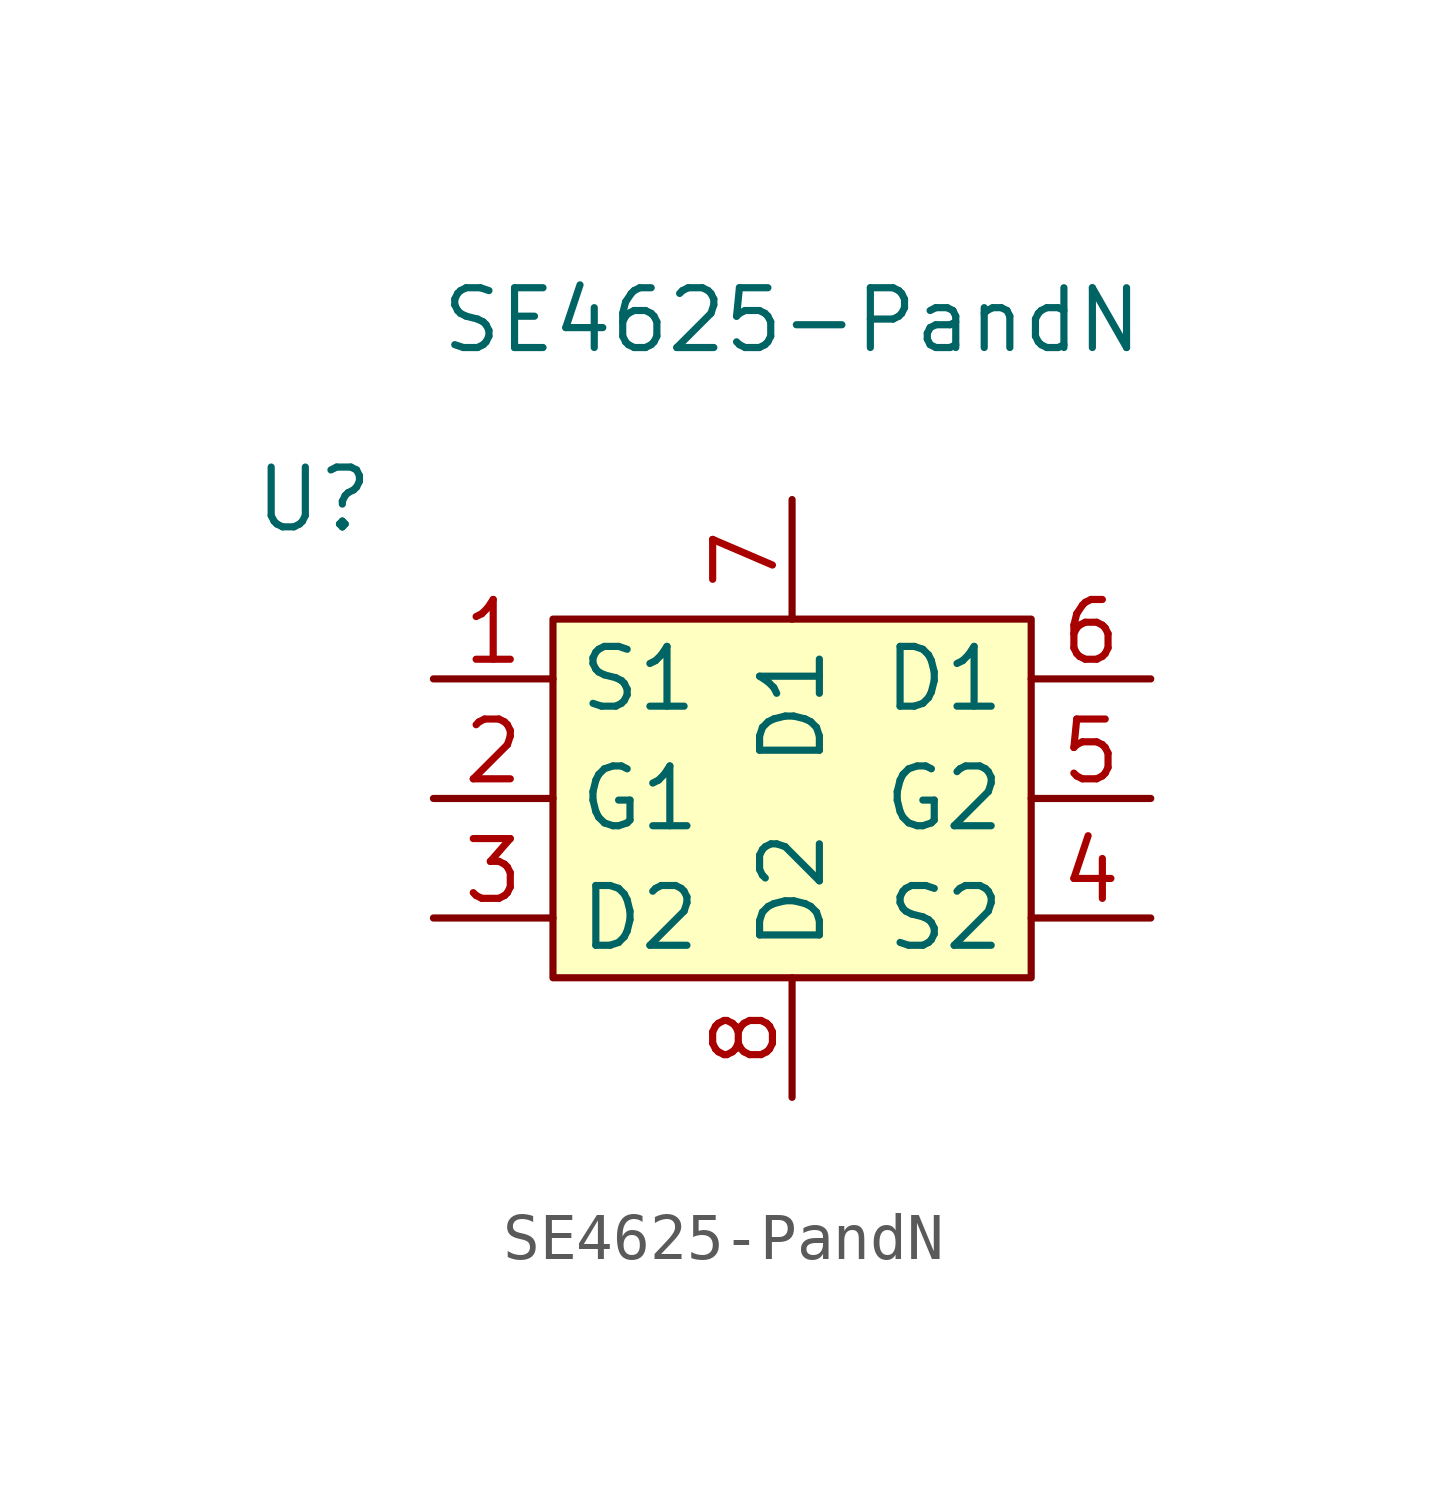
<source format=kicad_sym>
(kicad_symbol_lib
  (version 20211014)
  (generator kicad_symbol_editor)
  (symbol "SE4625-PandN"
    (property "Reference" "U"
      (at -10.16 6.35 0)
      (effects (font (size 1.27 1.27))))
    (property "Value" "SE4625-PandN"
      (at 0 10.16 0)
      (effects (font (size 1.27 1.27))))
    (symbol "SE4625-PandN_0_1"
      (rectangle (start -5.08 3.81) (end 5.08 -3.81) (stroke (width 0.152) (type default) (color 0 0 0 0)) (fill (type background))))
    (symbol "SE4625-PandN_1_1"
      (pin bidirectional line (at -7.62 2.54 0) (length 2.54) (name "S1" (effects (font (size 1.27 1.27)))) (number "1" (effects (font (size 1.27 1.27)))))
      (pin bidirectional line (at -7.62 0 0) (length 2.54) (name "G1" (effects (font (size 1.27 1.27)))) (number "2" (effects (font (size 1.27 1.27)))))
      (pin bidirectional line (at -7.62 -2.54 0) (length 2.54) (name "D2" (effects (font (size 1.27 1.27)))) (number "3" (effects (font (size 1.27 1.27)))))
      (pin bidirectional line (at 7.62 -2.54 180) (length 2.54) (name "S2" (effects (font (size 1.27 1.27)))) (number "4" (effects (font (size 1.27 1.27)))))
      (pin bidirectional line (at 7.62 0 180) (length 2.54) (name "G2" (effects (font (size 1.27 1.27)))) (number "5" (effects (font (size 1.27 1.27)))))
      (pin bidirectional line (at 7.62 2.54 180) (length 2.54) (name "D1" (effects (font (size 1.27 1.27)))) (number "6" (effects (font (size 1.27 1.27)))))
      (pin bidirectional line (at 0 6.35 270) (length 2.54) (name "D1" (effects (font (size 1.27 1.27)))) (number "7" (effects (font (size 1.27 1.27)))))
      (pin bidirectional line (at 0 -6.35 90) (length 2.54) (name "D2" (effects (font (size 1.27 1.27)))) (number "8" (effects (font (size 1.27 1.27))))))))
</source>
